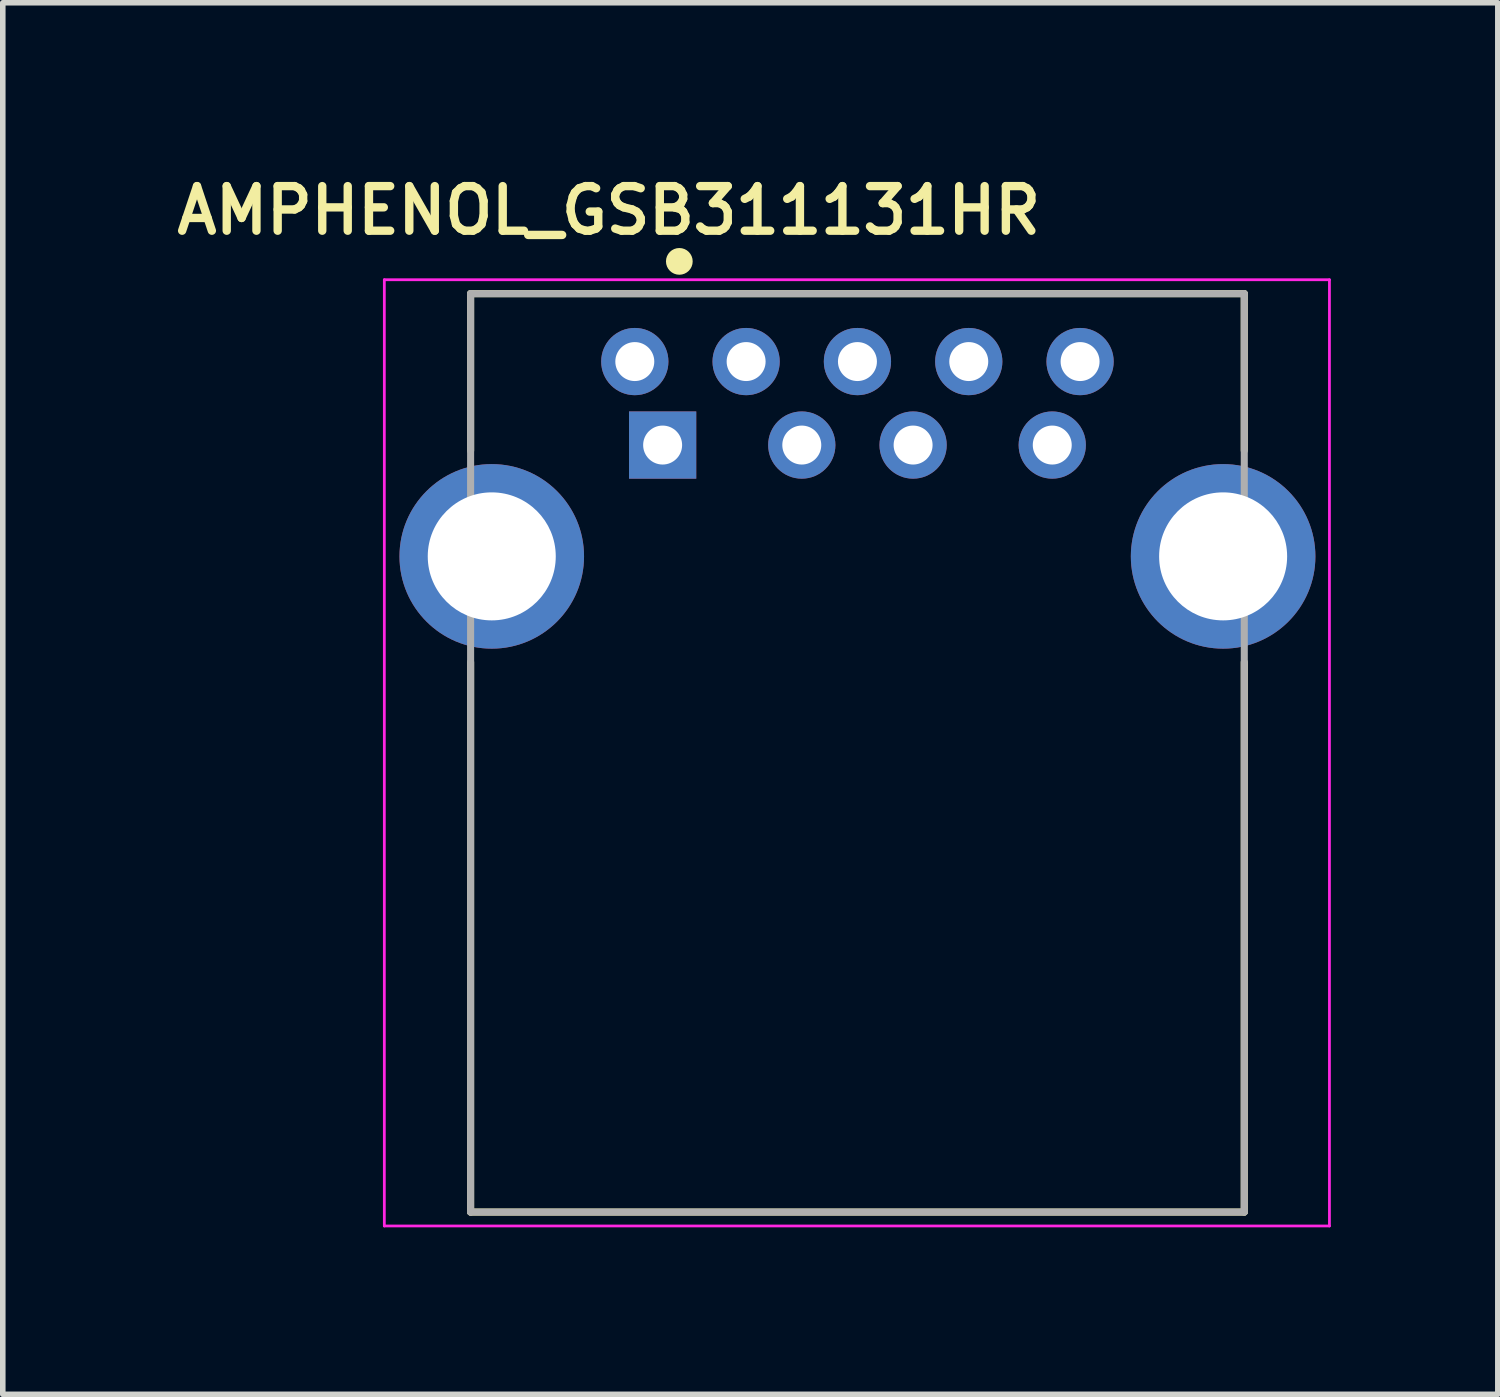
<source format=kicad_pcb>
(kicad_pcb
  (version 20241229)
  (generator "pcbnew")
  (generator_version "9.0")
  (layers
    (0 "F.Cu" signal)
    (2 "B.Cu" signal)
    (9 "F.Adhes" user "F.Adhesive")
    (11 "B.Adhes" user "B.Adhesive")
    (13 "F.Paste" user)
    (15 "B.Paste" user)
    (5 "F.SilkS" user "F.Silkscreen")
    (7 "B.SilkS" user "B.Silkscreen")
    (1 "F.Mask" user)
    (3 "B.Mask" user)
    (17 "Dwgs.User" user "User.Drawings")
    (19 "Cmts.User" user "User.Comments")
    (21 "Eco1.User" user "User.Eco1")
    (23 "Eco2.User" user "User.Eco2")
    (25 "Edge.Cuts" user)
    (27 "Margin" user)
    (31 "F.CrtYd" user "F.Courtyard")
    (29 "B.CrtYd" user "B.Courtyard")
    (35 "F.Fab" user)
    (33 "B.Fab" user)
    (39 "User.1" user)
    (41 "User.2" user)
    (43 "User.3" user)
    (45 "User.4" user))
  (footprint "AMPHENOL_GSB311131HR"
    (layer "F.Cu")
    (at 12.355 4.946)
    (property "Reference" "AMPHENOL_GSB311131HR" (at -4.466 -4.214 0) (layer "F.SilkS") (effects (font (size 0.801 0.801) (thickness 0.15))))
    (attr through_hole)
    (fp_line (start -6.95 -2.72) (end 6.95 -2.72) (stroke (width 0.127) (type solid)) (layer "F.SilkS"))
    (fp_line (start -6.95 0.1) (end -6.95 -2.72) (stroke (width 0.127) (type solid)) (layer "F.SilkS"))
    (fp_line (start -6.95 13.78) (end -6.95 3.9) (stroke (width 0.127) (type solid)) (layer "F.SilkS"))
    (fp_line (start 6.95 -2.72) (end 6.95 0.1) (stroke (width 0.127) (type solid)) (layer "F.SilkS"))
    (fp_line (start 6.95 3.9) (end 6.95 13.78) (stroke (width 0.127) (type solid)) (layer "F.SilkS"))
    (fp_line (start 6.95 13.78) (end -6.95 13.78) (stroke (width 0.127) (type solid)) (layer "F.SilkS"))
    (fp_circle (center -3.2 -3.3) (end -3.08 -3.3) (stroke (width 0.24) (type solid)) (fill no) (layer "F.SilkS"))
    (fp_line (start -8.5 -2.97) (end 8.48 -2.97) (stroke (width 0.05) (type solid)) (layer "F.CrtYd"))
    (fp_line (start -8.5 14.03) (end -8.5 -2.97) (stroke (width 0.05) (type solid)) (layer "F.CrtYd"))
    (fp_line (start 8.48 -2.97) (end 8.48 14.03) (stroke (width 0.05) (type solid)) (layer "F.CrtYd"))
    (fp_line (start 8.48 14.03) (end -8.5 14.03) (stroke (width 0.05) (type solid)) (layer "F.CrtYd"))
    (fp_line (start -6.95 -2.72) (end 6.95 -2.72) (stroke (width 0.127) (type solid)) (layer "F.Fab"))
    (fp_line (start -6.95 13.78) (end -6.95 -2.72) (stroke (width 0.127) (type solid)) (layer "F.Fab"))
    (fp_line (start 6.95 -2.72) (end 6.95 13.78) (stroke (width 0.127) (type solid)) (layer "F.Fab"))
    (fp_line (start 6.95 13.78) (end -6.95 13.78) (stroke (width 0.127) (type solid)) (layer "F.Fab"))
    (pad "1" thru_hole rect (at -3.5 0) (size 1.208 1.208) (drill 0.7) (layers "*.Cu" "*.Mask"))
    (pad "2" thru_hole circle (at -1 0) (size 1.208 1.208) (drill 0.7) (layers "*.Cu" "*.Mask"))
    (pad "3" thru_hole circle (at 1 0) (size 1.208 1.208) (drill 0.7) (layers "*.Cu" "*.Mask"))
    (pad "4" thru_hole circle (at 3.5 0) (size 1.208 1.208) (drill 0.7) (layers "*.Cu" "*.Mask"))
    (pad "5" thru_hole circle (at 4 -1.5) (size 1.208 1.208) (drill 0.7) (layers "*.Cu" "*.Mask"))
    (pad "6" thru_hole circle (at 2 -1.5) (size 1.208 1.208) (drill 0.7) (layers "*.Cu" "*.Mask"))
    (pad "7" thru_hole circle (at 0 -1.5) (size 1.208 1.208) (drill 0.7) (layers "*.Cu" "*.Mask"))
    (pad "8" thru_hole circle (at -2 -1.5) (size 1.208 1.208) (drill 0.7) (layers "*.Cu" "*.Mask"))
    (pad "9" thru_hole circle (at -4 -1.5) (size 1.208 1.208) (drill 0.7) (layers "*.Cu" "*.Mask"))
    (pad "10" thru_hole circle (at -6.57 2) (size 3.316 3.316) (drill 2.3) (layers "*.Cu" "*.Mask"))
    (pad "10" thru_hole circle (at 6.57 2) (size 3.316 3.316) (drill 2.3) (layers "*.Cu" "*.Mask")))
  (gr_rect
    (start -3 -3)
    (end 23.86 22.001)
    (stroke (width 0.1) (type default))
    (fill no)
    (layer "Edge.Cuts")))
</source>
